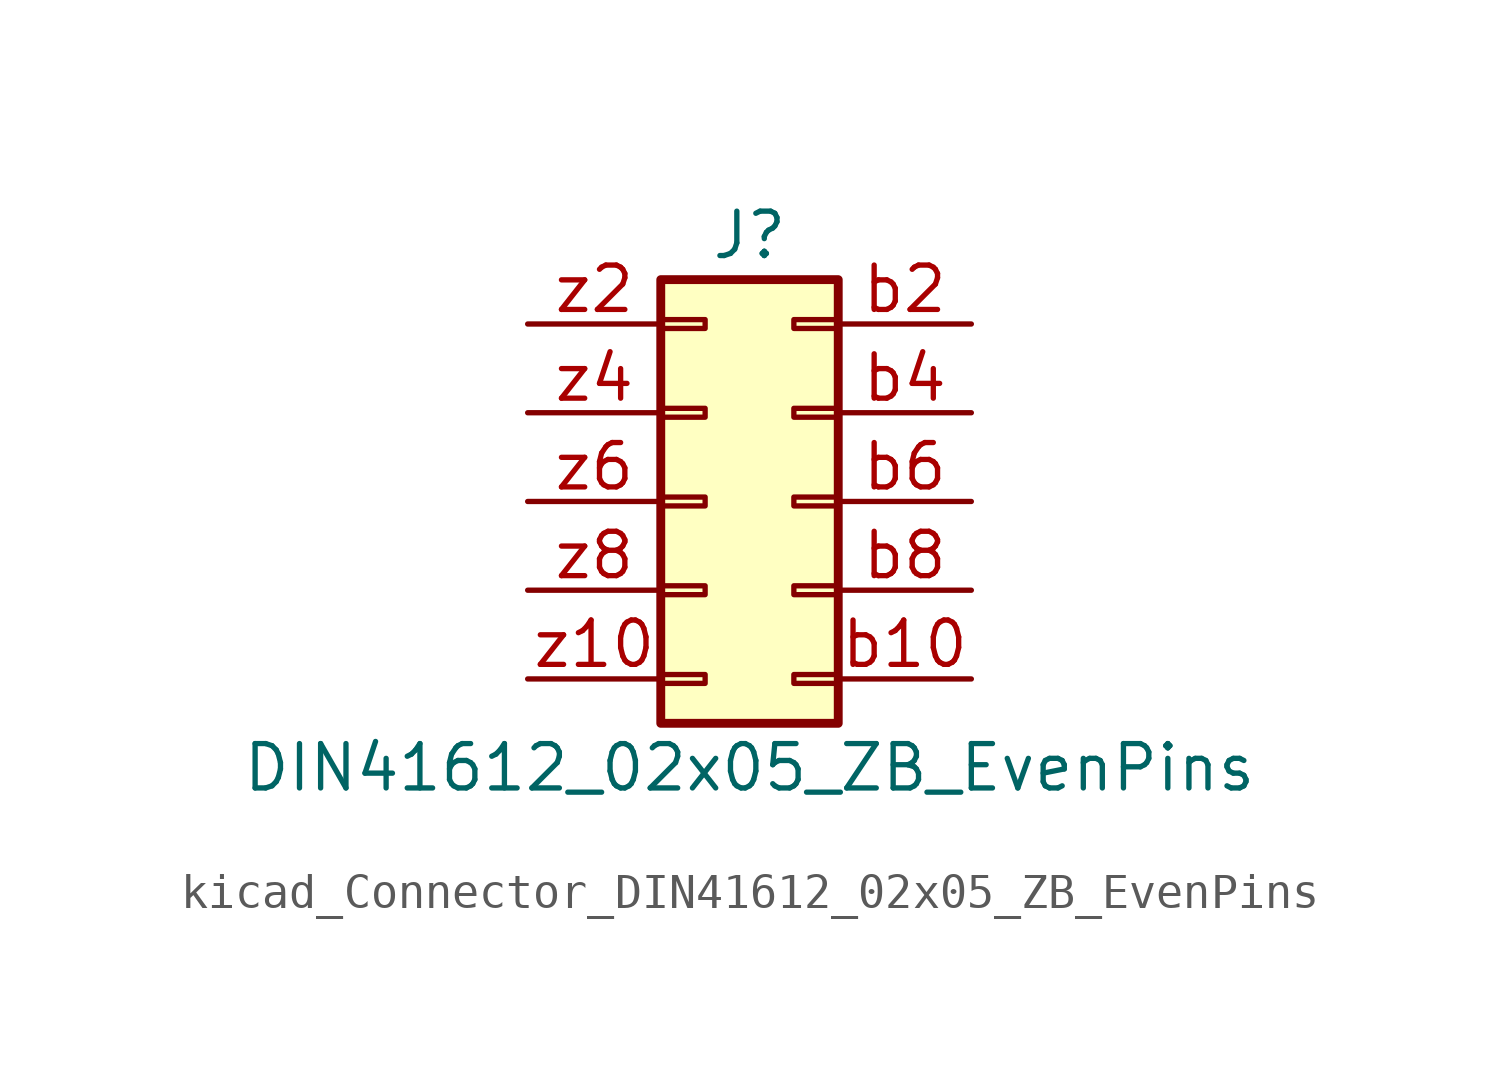
<source format=kicad_sym>
(kicad_symbol_lib
  (version 20220914)
  (generator kicad_symbol_editor)
  (symbol "kicad_Connector_DIN41612_02x05_ZB_EvenPins"
    (pin_names
      (offset 1.016) hide)
    (property "Reference" "J"
      (at 1.27 7.62 0)
      (effects (font (size 1.27 1.27))))
    (property "Value" "DIN41612_02x05_ZB_EvenPins"
      (at 1.27 -7.62 0)
      (effects (font (size 1.27 1.27))))
    (symbol "kicad_Connector_DIN41612_02x05_ZB_EvenPins_1_1"
      (rectangle (start -1.27 -4.953) (end 0 -5.207) (stroke (width 0.152) (type default)) (fill (type none)))
      (rectangle (start -1.27 -2.413) (end 0 -2.667) (stroke (width 0.152) (type default)) (fill (type none)))
      (rectangle (start -1.27 0.127) (end 0 -0.127) (stroke (width 0.152) (type default)) (fill (type none)))
      (rectangle (start -1.27 2.667) (end 0 2.413) (stroke (width 0.152) (type default)) (fill (type none)))
      (rectangle (start -1.27 5.207) (end 0 4.953) (stroke (width 0.152) (type default)) (fill (type none)))
      (rectangle (start -1.27 6.35) (end 3.81 -6.35) (stroke (width 0.254) (type default)) (fill (type background)))
      (rectangle (start 3.81 -4.953) (end 2.54 -5.207) (stroke (width 0.152) (type default)) (fill (type none)))
      (rectangle (start 3.81 -2.413) (end 2.54 -2.667) (stroke (width 0.152) (type default)) (fill (type none)))
      (rectangle (start 3.81 0.127) (end 2.54 -0.127) (stroke (width 0.152) (type default)) (fill (type none)))
      (rectangle (start 3.81 2.667) (end 2.54 2.413) (stroke (width 0.152) (type default)) (fill (type none)))
      (rectangle (start 3.81 5.207) (end 2.54 4.953) (stroke (width 0.152) (type default)) (fill (type none)))
      (pin passive line (at 7.62 -5.08 180) (length 3.81) (name "Pin_b10" (effects (font (size 1.27 1.27)))) (number "b10" (effects (font (size 1.27 1.27)))))
      (pin passive line (at 7.62 5.08 180) (length 3.81) (name "Pin_b2" (effects (font (size 1.27 1.27)))) (number "b2" (effects (font (size 1.27 1.27)))))
      (pin passive line (at 7.62 2.54 180) (length 3.81) (name "Pin_b4" (effects (font (size 1.27 1.27)))) (number "b4" (effects (font (size 1.27 1.27)))))
      (pin passive line (at 7.62 0 180) (length 3.81) (name "Pin_b6" (effects (font (size 1.27 1.27)))) (number "b6" (effects (font (size 1.27 1.27)))))
      (pin passive line (at 7.62 -2.54 180) (length 3.81) (name "Pin_b8" (effects (font (size 1.27 1.27)))) (number "b8" (effects (font (size 1.27 1.27)))))
      (pin passive line (at -5.08 -5.08 0) (length 3.81) (name "Pin_z10" (effects (font (size 1.27 1.27)))) (number "z10" (effects (font (size 1.27 1.27)))))
      (pin passive line (at -5.08 5.08 0) (length 3.81) (name "Pin_z2" (effects (font (size 1.27 1.27)))) (number "z2" (effects (font (size 1.27 1.27)))))
      (pin passive line (at -5.08 2.54 0) (length 3.81) (name "Pin_z4" (effects (font (size 1.27 1.27)))) (number "z4" (effects (font (size 1.27 1.27)))))
      (pin passive line (at -5.08 0 0) (length 3.81) (name "Pin_z6" (effects (font (size 1.27 1.27)))) (number "z6" (effects (font (size 1.27 1.27)))))
      (pin passive line (at -5.08 -2.54 0) (length 3.81) (name "Pin_z8" (effects (font (size 1.27 1.27)))) (number "z8" (effects (font (size 1.27 1.27))))))))
</source>
